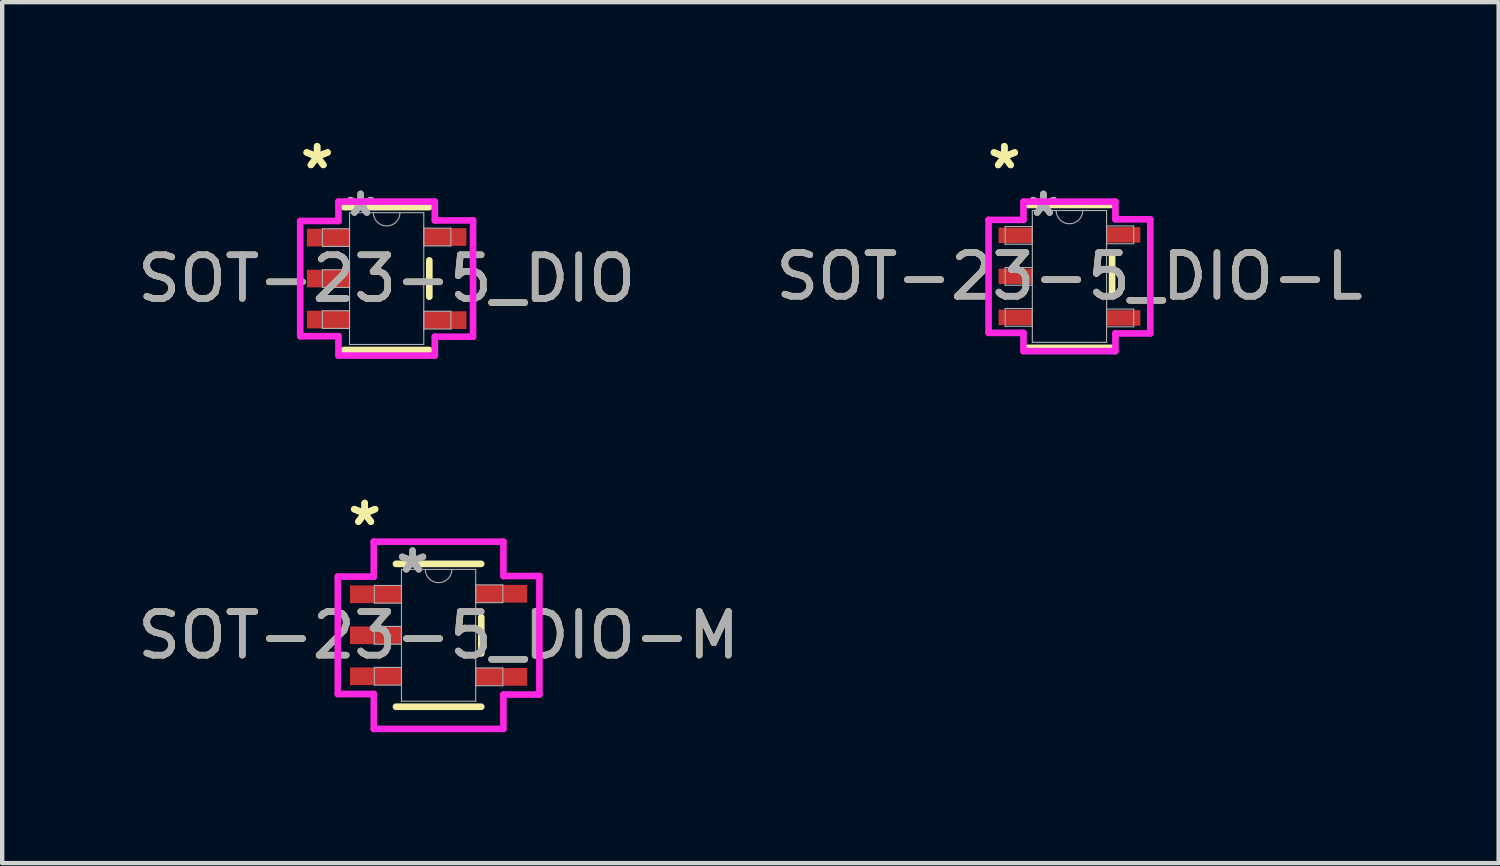
<source format=kicad_pcb>
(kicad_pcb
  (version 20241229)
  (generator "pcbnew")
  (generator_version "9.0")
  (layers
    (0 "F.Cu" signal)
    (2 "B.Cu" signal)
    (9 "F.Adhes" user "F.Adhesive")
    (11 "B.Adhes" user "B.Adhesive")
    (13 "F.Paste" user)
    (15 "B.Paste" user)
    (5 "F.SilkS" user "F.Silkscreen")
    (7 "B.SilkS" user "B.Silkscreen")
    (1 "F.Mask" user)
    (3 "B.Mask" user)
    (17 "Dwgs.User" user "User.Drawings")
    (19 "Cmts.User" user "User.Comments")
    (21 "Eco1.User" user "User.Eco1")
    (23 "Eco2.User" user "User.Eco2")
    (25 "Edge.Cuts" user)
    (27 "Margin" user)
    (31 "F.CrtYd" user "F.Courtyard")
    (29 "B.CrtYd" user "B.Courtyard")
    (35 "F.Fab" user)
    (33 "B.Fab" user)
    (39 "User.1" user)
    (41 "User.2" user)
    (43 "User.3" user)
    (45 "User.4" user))
  (footprint "SOT-23-5_DIO"
    (layer "F.Cu")
    (at 5.815 3.337)
    (property "Reference" "SOT-23-5_DIO" (at 0 0 0) (unlocked yes) (layer "F.SilkS") (effects (font (size 1 1) (thickness 0.15))))
    (attr smd)
    (fp_line (start -0.978 1.638) (end 0.978 1.638) (stroke (width 0.152) (type solid)) (layer "F.SilkS"))
    (fp_line (start 0.978 -1.638) (end -0.978 -1.638) (stroke (width 0.152) (type solid)) (layer "F.SilkS"))
    (fp_line (start 0.978 0.417) (end 0.978 -0.417) (stroke (width 0.152) (type solid)) (layer "F.SilkS"))
    (fp_line (start -1.981 -1.321) (end -1.105 -1.321) (stroke (width 0.152) (type solid)) (layer "F.CrtYd"))
    (fp_line (start -1.981 1.321) (end -1.981 -1.321) (stroke (width 0.152) (type solid)) (layer "F.CrtYd"))
    (fp_line (start -1.105 -1.765) (end 1.105 -1.765) (stroke (width 0.152) (type solid)) (layer "F.CrtYd"))
    (fp_line (start -1.105 -1.321) (end -1.105 -1.765) (stroke (width 0.152) (type solid)) (layer "F.CrtYd"))
    (fp_line (start -1.105 1.321) (end -1.981 1.321) (stroke (width 0.152) (type solid)) (layer "F.CrtYd"))
    (fp_line (start -1.105 1.765) (end -1.105 1.321) (stroke (width 0.152) (type solid)) (layer "F.CrtYd"))
    (fp_line (start 1.105 -1.765) (end 1.105 -1.333) (stroke (width 0.152) (type solid)) (layer "F.CrtYd"))
    (fp_line (start 1.105 -1.333) (end 1.981 -1.333) (stroke (width 0.152) (type solid)) (layer "F.CrtYd"))
    (fp_line (start 1.105 1.333) (end 1.105 1.765) (stroke (width 0.152) (type solid)) (layer "F.CrtYd"))
    (fp_line (start 1.105 1.765) (end -1.105 1.765) (stroke (width 0.152) (type solid)) (layer "F.CrtYd"))
    (fp_line (start 1.981 -1.333) (end 1.981 1.333) (stroke (width 0.152) (type solid)) (layer "F.CrtYd"))
    (fp_line (start 1.981 1.333) (end 1.105 1.333) (stroke (width 0.152) (type solid)) (layer "F.CrtYd"))
    (fp_line (start -1.473 -1.143) (end -1.473 -0.737) (stroke (width 0.025) (type solid)) (layer "F.Fab"))
    (fp_line (start -1.473 -0.737) (end -0.851 -0.737) (stroke (width 0.025) (type solid)) (layer "F.Fab"))
    (fp_line (start -1.473 -0.203) (end -1.473 0.203) (stroke (width 0.025) (type solid)) (layer "F.Fab"))
    (fp_line (start -1.473 0.203) (end -0.851 0.203) (stroke (width 0.025) (type solid)) (layer "F.Fab"))
    (fp_line (start -1.473 0.737) (end -1.473 1.143) (stroke (width 0.025) (type solid)) (layer "F.Fab"))
    (fp_line (start -1.473 1.143) (end -0.851 1.143) (stroke (width 0.025) (type solid)) (layer "F.Fab"))
    (fp_line (start -0.851 -1.511) (end -0.851 1.511) (stroke (width 0.025) (type solid)) (layer "F.Fab"))
    (fp_line (start -0.851 -1.143) (end -1.473 -1.143) (stroke (width 0.025) (type solid)) (layer "F.Fab"))
    (fp_line (start -0.851 -0.737) (end -0.851 -1.143) (stroke (width 0.025) (type solid)) (layer "F.Fab"))
    (fp_line (start -0.851 -0.203) (end -1.473 -0.203) (stroke (width 0.025) (type solid)) (layer "F.Fab"))
    (fp_line (start -0.851 0.203) (end -0.851 -0.203) (stroke (width 0.025) (type solid)) (layer "F.Fab"))
    (fp_line (start -0.851 0.737) (end -1.473 0.737) (stroke (width 0.025) (type solid)) (layer "F.Fab"))
    (fp_line (start -0.851 1.143) (end -0.851 0.737) (stroke (width 0.025) (type solid)) (layer "F.Fab"))
    (fp_line (start -0.851 1.511) (end 0.851 1.511) (stroke (width 0.025) (type solid)) (layer "F.Fab"))
    (fp_line (start 0.851 -1.511) (end -0.851 -1.511) (stroke (width 0.025) (type solid)) (layer "F.Fab"))
    (fp_line (start 0.851 -1.156) (end 0.851 -0.749) (stroke (width 0.025) (type solid)) (layer "F.Fab"))
    (fp_line (start 0.851 -0.749) (end 1.473 -0.749) (stroke (width 0.025) (type solid)) (layer "F.Fab"))
    (fp_line (start 0.851 0.749) (end 0.851 1.156) (stroke (width 0.025) (type solid)) (layer "F.Fab"))
    (fp_line (start 0.851 1.156) (end 1.473 1.156) (stroke (width 0.025) (type solid)) (layer "F.Fab"))
    (fp_line (start 0.851 1.511) (end 0.851 -1.511) (stroke (width 0.025) (type solid)) (layer "F.Fab"))
    (fp_line (start 1.473 -1.156) (end 0.851 -1.156) (stroke (width 0.025) (type solid)) (layer "F.Fab"))
    (fp_line (start 1.473 -0.749) (end 1.473 -1.156) (stroke (width 0.025) (type solid)) (layer "F.Fab"))
    (fp_line (start 1.473 0.749) (end 0.851 0.749) (stroke (width 0.025) (type solid)) (layer "F.Fab"))
    (fp_line (start 1.473 1.156) (end 1.473 0.749) (stroke (width 0.025) (type solid)) (layer "F.Fab"))
    (fp_arc (start 0.3048 -1.5113) (mid 0 -1.2065) (end -0.3048 -1.5113) (stroke (width 0.0254) (type solid)) (layer "F.Fab"))
    (fp_text user "*" (at -1.594 -2.489 0) (unlocked yes) (layer "F.SilkS") (effects (font (size 1 1) (thickness 0.15))))
    (fp_text user "*" (at -1.594 -2.489 0) (layer "F.SilkS") (effects (font (size 1 1) (thickness 0.15))))
    (fp_text user "${REFERENCE}" (at 0 0 0) (unlocked yes) (layer "F.Fab") (effects (font (size 1 1) (thickness 0.15))))
    (fp_text user "*" (at -0.597 -1.397 0) (layer "F.Fab") (effects (font (size 1 1) (thickness 0.15))))
    (fp_text user "*" (at -0.597 -1.397 0) (unlocked yes) (layer "F.Fab") (effects (font (size 1 1) (thickness 0.15))))
    (pad "1" smd rect (at -1.34 -0.94) (size 0.978 0.406) (layers "F.Cu" "F.Mask" "F.Paste"))
    (pad "2" smd rect (at -1.34 0) (size 0.978 0.406) (layers "F.Cu" "F.Mask" "F.Paste"))
    (pad "3" smd rect (at -1.34 0.94) (size 0.978 0.406) (layers "F.Cu" "F.Mask" "F.Paste"))
    (pad "4" smd rect (at 1.34 0.953) (size 0.978 0.406) (layers "F.Cu" "F.Mask" "F.Paste"))
    (pad "5" smd rect (at 1.34 -0.953) (size 0.978 0.406) (layers "F.Cu" "F.Mask" "F.Paste")))
  (footprint "SOT-23-5_DIO-L"
    (layer "F.Cu")
    (at 21.47 3.287)
    (property "Reference" "SOT-23-5_DIO-L" (at 0 0 0) (unlocked yes) (layer "F.SilkS") (effects (font (size 1 1) (thickness 0.15))))
    (attr smd)
    (fp_line (start -0.978 1.638) (end 0.978 1.638) (stroke (width 0.152) (type solid)) (layer "F.SilkS"))
    (fp_line (start 0.978 -1.638) (end -0.978 -1.638) (stroke (width 0.152) (type solid)) (layer "F.SilkS"))
    (fp_line (start 0.978 0.442) (end 0.978 -0.442) (stroke (width 0.152) (type solid)) (layer "F.SilkS"))
    (fp_line (start -1.854 -1.295) (end -1.054 -1.295) (stroke (width 0.152) (type solid)) (layer "F.CrtYd"))
    (fp_line (start -1.854 1.295) (end -1.854 -1.295) (stroke (width 0.152) (type solid)) (layer "F.CrtYd"))
    (fp_line (start -1.054 -1.714) (end 1.054 -1.714) (stroke (width 0.152) (type solid)) (layer "F.CrtYd"))
    (fp_line (start -1.054 -1.295) (end -1.054 -1.714) (stroke (width 0.152) (type solid)) (layer "F.CrtYd"))
    (fp_line (start -1.054 1.295) (end -1.854 1.295) (stroke (width 0.152) (type solid)) (layer "F.CrtYd"))
    (fp_line (start -1.054 1.714) (end -1.054 1.295) (stroke (width 0.152) (type solid)) (layer "F.CrtYd"))
    (fp_line (start 1.054 -1.714) (end 1.054 -1.308) (stroke (width 0.152) (type solid)) (layer "F.CrtYd"))
    (fp_line (start 1.054 -1.308) (end 1.854 -1.308) (stroke (width 0.152) (type solid)) (layer "F.CrtYd"))
    (fp_line (start 1.054 1.308) (end 1.054 1.714) (stroke (width 0.152) (type solid)) (layer "F.CrtYd"))
    (fp_line (start 1.054 1.714) (end -1.054 1.714) (stroke (width 0.152) (type solid)) (layer "F.CrtYd"))
    (fp_line (start 1.854 -1.308) (end 1.854 1.308) (stroke (width 0.152) (type solid)) (layer "F.CrtYd"))
    (fp_line (start 1.854 1.308) (end 1.054 1.308) (stroke (width 0.152) (type solid)) (layer "F.CrtYd"))
    (fp_line (start -1.473 -1.143) (end -1.473 -0.737) (stroke (width 0.025) (type solid)) (layer "F.Fab"))
    (fp_line (start -1.473 -0.737) (end -0.851 -0.737) (stroke (width 0.025) (type solid)) (layer "F.Fab"))
    (fp_line (start -1.473 -0.203) (end -1.473 0.203) (stroke (width 0.025) (type solid)) (layer "F.Fab"))
    (fp_line (start -1.473 0.203) (end -0.851 0.203) (stroke (width 0.025) (type solid)) (layer "F.Fab"))
    (fp_line (start -1.473 0.737) (end -1.473 1.143) (stroke (width 0.025) (type solid)) (layer "F.Fab"))
    (fp_line (start -1.473 1.143) (end -0.851 1.143) (stroke (width 0.025) (type solid)) (layer "F.Fab"))
    (fp_line (start -0.851 -1.511) (end -0.851 1.511) (stroke (width 0.025) (type solid)) (layer "F.Fab"))
    (fp_line (start -0.851 -1.143) (end -1.473 -1.143) (stroke (width 0.025) (type solid)) (layer "F.Fab"))
    (fp_line (start -0.851 -0.737) (end -0.851 -1.143) (stroke (width 0.025) (type solid)) (layer "F.Fab"))
    (fp_line (start -0.851 -0.203) (end -1.473 -0.203) (stroke (width 0.025) (type solid)) (layer "F.Fab"))
    (fp_line (start -0.851 0.203) (end -0.851 -0.203) (stroke (width 0.025) (type solid)) (layer "F.Fab"))
    (fp_line (start -0.851 0.737) (end -1.473 0.737) (stroke (width 0.025) (type solid)) (layer "F.Fab"))
    (fp_line (start -0.851 1.143) (end -0.851 0.737) (stroke (width 0.025) (type solid)) (layer "F.Fab"))
    (fp_line (start -0.851 1.511) (end 0.851 1.511) (stroke (width 0.025) (type solid)) (layer "F.Fab"))
    (fp_line (start 0.851 -1.511) (end -0.851 -1.511) (stroke (width 0.025) (type solid)) (layer "F.Fab"))
    (fp_line (start 0.851 -1.156) (end 0.851 -0.749) (stroke (width 0.025) (type solid)) (layer "F.Fab"))
    (fp_line (start 0.851 -0.749) (end 1.473 -0.749) (stroke (width 0.025) (type solid)) (layer "F.Fab"))
    (fp_line (start 0.851 0.749) (end 0.851 1.156) (stroke (width 0.025) (type solid)) (layer "F.Fab"))
    (fp_line (start 0.851 1.156) (end 1.473 1.156) (stroke (width 0.025) (type solid)) (layer "F.Fab"))
    (fp_line (start 0.851 1.511) (end 0.851 -1.511) (stroke (width 0.025) (type solid)) (layer "F.Fab"))
    (fp_line (start 1.473 -1.156) (end 0.851 -1.156) (stroke (width 0.025) (type solid)) (layer "F.Fab"))
    (fp_line (start 1.473 -0.749) (end 1.473 -1.156) (stroke (width 0.025) (type solid)) (layer "F.Fab"))
    (fp_line (start 1.473 0.749) (end 0.851 0.749) (stroke (width 0.025) (type solid)) (layer "F.Fab"))
    (fp_line (start 1.473 1.156) (end 1.473 0.749) (stroke (width 0.025) (type solid)) (layer "F.Fab"))
    (fp_arc (start 0.3048 -1.5113) (mid 0 -1.2065) (end -0.3048 -1.5113) (stroke (width 0.0254) (type solid)) (layer "F.Fab"))
    (fp_text user "*" (at -1.492 -2.438 0) (unlocked yes) (layer "F.SilkS") (effects (font (size 1 1) (thickness 0.15))))
    (fp_text user "*" (at -1.492 -2.438 0) (layer "F.SilkS") (effects (font (size 1 1) (thickness 0.15))))
    (fp_text user "*" (at -0.597 -1.346 0) (unlocked yes) (layer "F.Fab") (effects (font (size 1 1) (thickness 0.15))))
    (fp_text user "${REFERENCE}" (at 0 0 0) (unlocked yes) (layer "F.Fab") (effects (font (size 1 1) (thickness 0.15))))
    (fp_text user "*" (at -0.597 -1.346 0) (layer "F.Fab") (effects (font (size 1 1) (thickness 0.15))))
    (pad "1" smd rect (at -1.238 -0.94) (size 0.775 0.356) (layers "F.Cu" "F.Mask" "F.Paste"))
    (pad "2" smd rect (at -1.238 0) (size 0.775 0.356) (layers "F.Cu" "F.Mask" "F.Paste"))
    (pad "3" smd rect (at -1.238 0.94) (size 0.775 0.356) (layers "F.Cu" "F.Mask" "F.Paste"))
    (pad "4" smd rect (at 1.238 0.953) (size 0.775 0.356) (layers "F.Cu" "F.Mask" "F.Paste"))
    (pad "5" smd rect (at 1.238 -0.953) (size 0.775 0.356) (layers "F.Cu" "F.Mask" "F.Paste")))
  (footprint "SOT-23-5_DIO-M"
    (layer "F.Cu")
    (at 7.006 11.516)
    (property "Reference" "SOT-23-5_DIO-M" (at 0 0 0) (unlocked yes) (layer "F.SilkS") (effects (font (size 1 1) (thickness 0.15))))
    (attr smd)
    (fp_line (start -0.978 1.638) (end 0.978 1.638) (stroke (width 0.152) (type solid)) (layer "F.SilkS"))
    (fp_line (start 0.978 -1.638) (end -0.978 -1.638) (stroke (width 0.152) (type solid)) (layer "F.SilkS"))
    (fp_line (start 0.978 0.417) (end 0.978 -0.417) (stroke (width 0.152) (type solid)) (layer "F.SilkS"))
    (fp_line (start -2.311 -1.346) (end -1.486 -1.346) (stroke (width 0.152) (type solid)) (layer "F.CrtYd"))
    (fp_line (start -2.311 1.346) (end -2.311 -1.346) (stroke (width 0.152) (type solid)) (layer "F.CrtYd"))
    (fp_line (start -1.486 -2.146) (end 1.486 -2.146) (stroke (width 0.152) (type solid)) (layer "F.CrtYd"))
    (fp_line (start -1.486 -1.346) (end -1.486 -2.146) (stroke (width 0.152) (type solid)) (layer "F.CrtYd"))
    (fp_line (start -1.486 1.346) (end -2.311 1.346) (stroke (width 0.152) (type solid)) (layer "F.CrtYd"))
    (fp_line (start -1.486 2.146) (end -1.486 1.346) (stroke (width 0.152) (type solid)) (layer "F.CrtYd"))
    (fp_line (start 1.486 -2.146) (end 1.486 -1.359) (stroke (width 0.152) (type solid)) (layer "F.CrtYd"))
    (fp_line (start 1.486 -1.359) (end 2.311 -1.359) (stroke (width 0.152) (type solid)) (layer "F.CrtYd"))
    (fp_line (start 1.486 1.359) (end 1.486 2.146) (stroke (width 0.152) (type solid)) (layer "F.CrtYd"))
    (fp_line (start 1.486 2.146) (end -1.486 2.146) (stroke (width 0.152) (type solid)) (layer "F.CrtYd"))
    (fp_line (start 2.311 -1.359) (end 2.311 1.359) (stroke (width 0.152) (type solid)) (layer "F.CrtYd"))
    (fp_line (start 2.311 1.359) (end 1.486 1.359) (stroke (width 0.152) (type solid)) (layer "F.CrtYd"))
    (fp_line (start -1.473 -1.143) (end -1.473 -0.737) (stroke (width 0.025) (type solid)) (layer "F.Fab"))
    (fp_line (start -1.473 -0.737) (end -0.851 -0.737) (stroke (width 0.025) (type solid)) (layer "F.Fab"))
    (fp_line (start -1.473 -0.203) (end -1.473 0.203) (stroke (width 0.025) (type solid)) (layer "F.Fab"))
    (fp_line (start -1.473 0.203) (end -0.851 0.203) (stroke (width 0.025) (type solid)) (layer "F.Fab"))
    (fp_line (start -1.473 0.737) (end -1.473 1.143) (stroke (width 0.025) (type solid)) (layer "F.Fab"))
    (fp_line (start -1.473 1.143) (end -0.851 1.143) (stroke (width 0.025) (type solid)) (layer "F.Fab"))
    (fp_line (start -0.851 -1.511) (end -0.851 1.511) (stroke (width 0.025) (type solid)) (layer "F.Fab"))
    (fp_line (start -0.851 -1.143) (end -1.473 -1.143) (stroke (width 0.025) (type solid)) (layer "F.Fab"))
    (fp_line (start -0.851 -0.737) (end -0.851 -1.143) (stroke (width 0.025) (type solid)) (layer "F.Fab"))
    (fp_line (start -0.851 -0.203) (end -1.473 -0.203) (stroke (width 0.025) (type solid)) (layer "F.Fab"))
    (fp_line (start -0.851 0.203) (end -0.851 -0.203) (stroke (width 0.025) (type solid)) (layer "F.Fab"))
    (fp_line (start -0.851 0.737) (end -1.473 0.737) (stroke (width 0.025) (type solid)) (layer "F.Fab"))
    (fp_line (start -0.851 1.143) (end -0.851 0.737) (stroke (width 0.025) (type solid)) (layer "F.Fab"))
    (fp_line (start -0.851 1.511) (end 0.851 1.511) (stroke (width 0.025) (type solid)) (layer "F.Fab"))
    (fp_line (start 0.851 -1.511) (end -0.851 -1.511) (stroke (width 0.025) (type solid)) (layer "F.Fab"))
    (fp_line (start 0.851 -1.156) (end 0.851 -0.749) (stroke (width 0.025) (type solid)) (layer "F.Fab"))
    (fp_line (start 0.851 -0.749) (end 1.473 -0.749) (stroke (width 0.025) (type solid)) (layer "F.Fab"))
    (fp_line (start 0.851 0.749) (end 0.851 1.156) (stroke (width 0.025) (type solid)) (layer "F.Fab"))
    (fp_line (start 0.851 1.156) (end 1.473 1.156) (stroke (width 0.025) (type solid)) (layer "F.Fab"))
    (fp_line (start 0.851 1.511) (end 0.851 -1.511) (stroke (width 0.025) (type solid)) (layer "F.Fab"))
    (fp_line (start 1.473 -1.156) (end 0.851 -1.156) (stroke (width 0.025) (type solid)) (layer "F.Fab"))
    (fp_line (start 1.473 -0.749) (end 1.473 -1.156) (stroke (width 0.025) (type solid)) (layer "F.Fab"))
    (fp_line (start 1.473 0.749) (end 0.851 0.749) (stroke (width 0.025) (type solid)) (layer "F.Fab"))
    (fp_line (start 1.473 1.156) (end 1.473 0.749) (stroke (width 0.025) (type solid)) (layer "F.Fab"))
    (fp_arc (start 0.3048 -1.5113) (mid 0 -1.2065) (end -0.3048 -1.5113) (stroke (width 0.0254) (type solid)) (layer "F.Fab"))
    (fp_text user "*" (at -1.695 -2.489 0) (unlocked yes) (layer "F.SilkS") (effects (font (size 1 1) (thickness 0.15))))
    (fp_text user "*" (at -1.695 -2.489 0) (layer "F.SilkS") (effects (font (size 1 1) (thickness 0.15))))
    (fp_text user "*" (at -0.597 -1.397 0) (layer "F.Fab") (effects (font (size 1 1) (thickness 0.15))))
    (fp_text user "${REFERENCE}" (at 0 0 0) (unlocked yes) (layer "F.Fab") (effects (font (size 1 1) (thickness 0.15))))
    (fp_text user "*" (at -0.597 -1.397 0) (unlocked yes) (layer "F.Fab") (effects (font (size 1 1) (thickness 0.15))))
    (pad "1" smd rect (at -1.441 -0.94) (size 1.181 0.406) (layers "F.Cu" "F.Mask" "F.Paste"))
    (pad "2" smd rect (at -1.441 0) (size 1.181 0.406) (layers "F.Cu" "F.Mask" "F.Paste"))
    (pad "3" smd rect (at -1.441 0.94) (size 1.181 0.406) (layers "F.Cu" "F.Mask" "F.Paste"))
    (pad "4" smd rect (at 1.441 0.953) (size 1.181 0.406) (layers "F.Cu" "F.Mask" "F.Paste"))
    (pad "5" smd rect (at 1.441 -0.953) (size 1.181 0.406) (layers "F.Cu" "F.Mask" "F.Paste")))
  (gr_rect
    (start -3 -3)
    (end 31.31 16.739)
    (stroke (width 0.1) (type default))
    (fill no)
    (layer "Edge.Cuts")))
</source>
